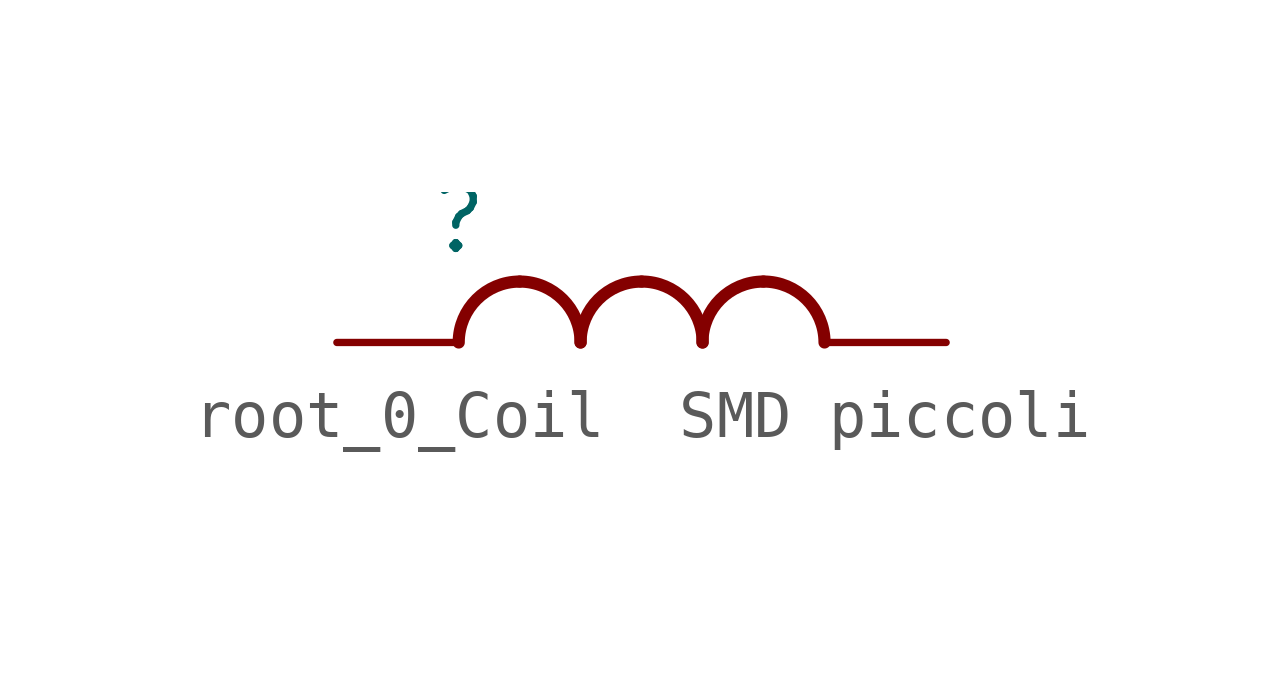
<source format=kicad_sym>
(kicad_symbol_lib
  (version 20220914)
  (generator kicad_symbol_editor)
  (symbol "root_0_Coil  SMD piccoli"
    (property "Reference" ""
      (at 0 0 0)
      (effects (font (size 1.27 1.27))))
    (property "Value" ""
      (at 0 0 0)
      (effects (font (size 1.27 1.27))))
    (symbol "root_0_Coil  SMD piccoli_1_0"
      (arc (start 1.27 -1.27) (mid 0.372 -1.642) (end 0 -2.54) (stroke (width 0.254) (type solid)) (fill (type none)))
      (arc (start 2.54 -2.54) (mid 2.168 -1.642) (end 1.27 -1.27) (stroke (width 0.254) (type solid)) (fill (type none)))
      (arc (start 3.81 -1.27) (mid 2.912 -1.642) (end 2.54 -2.54) (stroke (width 0.254) (type solid)) (fill (type none)))
      (arc (start 5.08 -2.54) (mid 4.708 -1.642) (end 3.81 -1.27) (stroke (width 0.254) (type solid)) (fill (type none)))
      (arc (start 6.35 -1.27) (mid 5.452 -1.642) (end 5.08 -2.54) (stroke (width 0.254) (type solid)) (fill (type none)))
      (arc (start 7.62 -2.54) (mid 7.248 -1.642) (end 6.35 -1.27) (stroke (width 0.254) (type solid)) (fill (type none)))
      (pin passive line (at -2.54 -2.54 0) (length 2.54) (name "1" (effects (font (size 0 0)))) (number "1" (effects (font (size 0 0)))))
      (pin passive line (at 10.16 -2.54 180) (length 2.54) (name "2" (effects (font (size 0 0)))) (number "2" (effects (font (size 0 0))))))))
</source>
